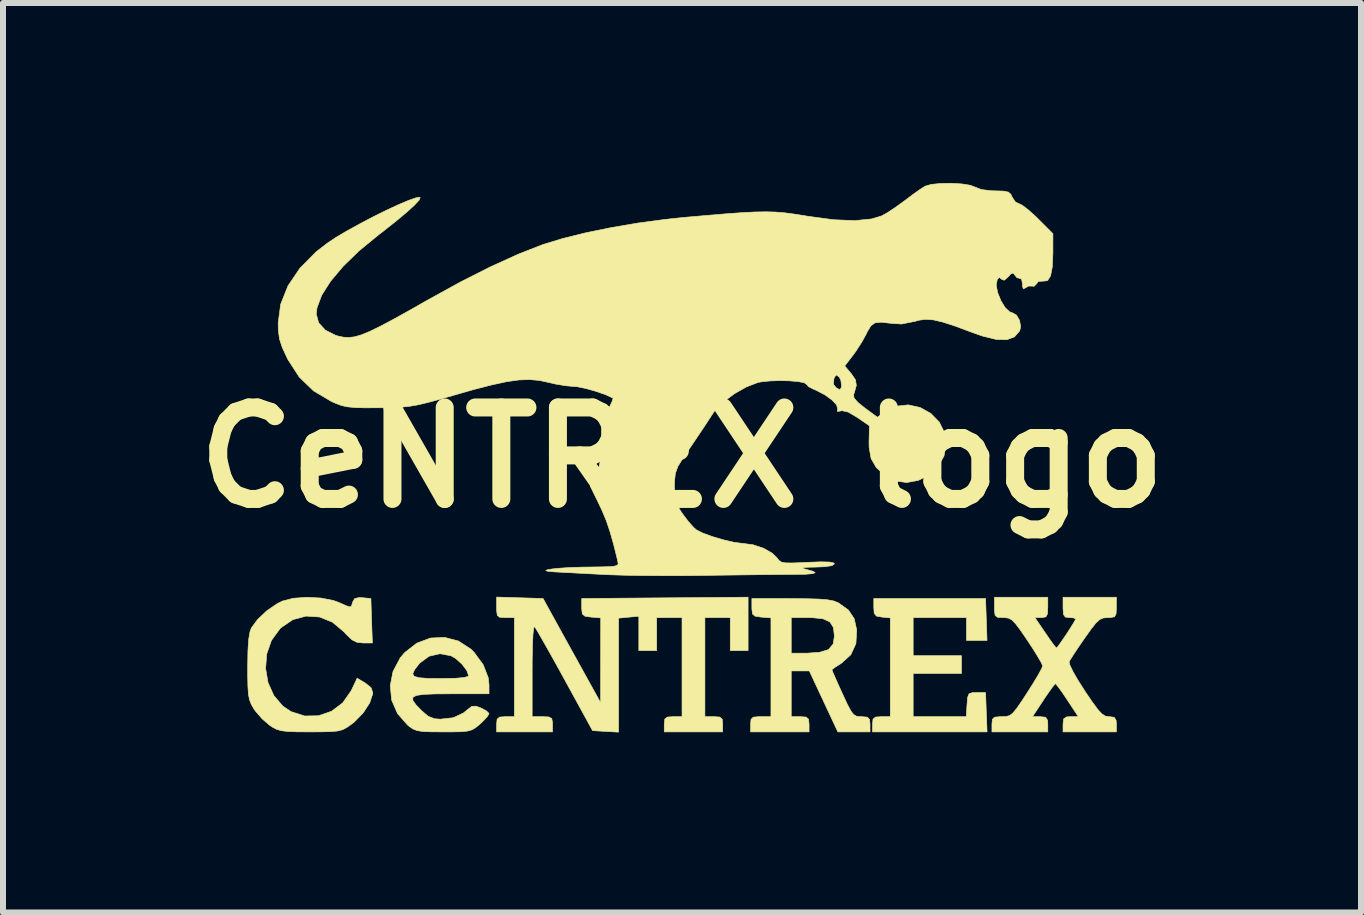
<source format=kicad_pcb>
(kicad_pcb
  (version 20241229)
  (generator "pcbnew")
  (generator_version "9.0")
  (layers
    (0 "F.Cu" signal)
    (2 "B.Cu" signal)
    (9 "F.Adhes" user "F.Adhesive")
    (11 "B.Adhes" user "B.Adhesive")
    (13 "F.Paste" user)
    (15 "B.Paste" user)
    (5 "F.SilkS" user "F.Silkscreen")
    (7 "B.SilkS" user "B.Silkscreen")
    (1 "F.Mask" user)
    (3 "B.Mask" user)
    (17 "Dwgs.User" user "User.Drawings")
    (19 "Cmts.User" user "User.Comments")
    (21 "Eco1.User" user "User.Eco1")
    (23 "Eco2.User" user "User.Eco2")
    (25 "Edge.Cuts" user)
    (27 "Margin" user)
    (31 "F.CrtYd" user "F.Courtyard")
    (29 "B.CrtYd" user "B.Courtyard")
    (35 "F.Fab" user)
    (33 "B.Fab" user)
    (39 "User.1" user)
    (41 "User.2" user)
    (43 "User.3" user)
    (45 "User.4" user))
  (footprint "CeNTREX logo"
    (layer "F.Cu")
    (at 8.317 4.576)
    (property "Reference" "CeNTREX logo" (at 0 0 0) (layer "F.SilkS") (effects (font (size 1.524 1.524) (thickness 0.3))))
    (attr through_hole)
    (fp_poly (pts (xy 5.071 2.699) (xy 5.083 3.048) (xy 4.741 3.048) (xy 4.741 2.667) (xy 3.852 2.667) (xy 3.852 3.302) (xy 4.657 3.302) (xy 4.657 3.598) (xy 3.852 3.598) (xy 3.852 4.318) (xy 4.737 4.318) (xy 4.75 4.117) (xy 4.76 3.996) (xy 4.784 3.937) (xy 4.839 3.918) (xy 4.911 3.916) (xy 5.059 3.916) (xy 5.071 4.244) (xy 5.084 4.572) (xy 3.175 4.572) (xy 3.175 4.445) (xy 3.183 4.36) (xy 3.225 4.325) (xy 3.323 4.318) (xy 3.471 4.318) (xy 3.471 2.672) (xy 3.334 2.659) (xy 3.241 2.642) (xy 3.203 2.596) (xy 3.196 2.498) (xy 3.196 2.349) (xy 5.059 2.349) (xy 5.071 2.699)) (stroke (width 0.01) (type solid)) (fill yes) (layer "F.SilkS"))
    (fp_poly (pts (xy 1.82 2.35) (xy 2.089 2.353) (xy 2.287 2.359) (xy 2.428 2.371) (xy 2.527 2.39) (xy 2.598 2.417) (xy 2.604 2.42) (xy 2.771 2.539) (xy 2.869 2.684) (xy 2.911 2.871) (xy 2.898 3.1) (xy 2.813 3.286) (xy 2.656 3.428) (xy 2.643 3.436) (xy 2.552 3.494) (xy 2.501 3.532) (xy 2.498 3.537) (xy 2.514 3.58) (xy 2.559 3.682) (xy 2.623 3.826) (xy 2.673 3.935) (xy 2.754 4.11) (xy 2.813 4.221) (xy 2.86 4.283) (xy 2.909 4.311) (xy 2.969 4.318) (xy 2.991 4.318) (xy 3.087 4.326) (xy 3.126 4.365) (xy 3.133 4.445) (xy 3.133 4.572) (xy 2.597 4.572) (xy 2.122 3.556) (xy 1.82 3.556) (xy 1.82 4.318) (xy 1.968 4.318) (xy 2.068 4.325) (xy 2.109 4.361) (xy 2.117 4.445) (xy 2.117 4.572) (xy 1.143 4.572) (xy 1.143 4.445) (xy 1.15 4.364) (xy 1.186 4.327) (xy 1.276 4.318) (xy 1.312 4.318) (xy 1.482 4.318) (xy 1.482 2.672) (xy 1.42 2.667) (xy 1.82 2.667) (xy 1.82 3.26) (xy 2.086 3.26) (xy 2.29 3.246) (xy 2.427 3.205) (xy 2.446 3.194) (xy 2.519 3.107) (xy 2.54 2.975) (xy 2.523 2.832) (xy 2.464 2.739) (xy 2.35 2.687) (xy 2.17 2.668) (xy 2.11 2.667) (xy 1.82 2.667) (xy 1.42 2.667) (xy 1.323 2.659) (xy 1.219 2.644) (xy 1.174 2.607) (xy 1.164 2.52) (xy 1.164 2.498) (xy 1.164 2.349) (xy 1.82 2.35)) (stroke (width 0.01) (type solid)) (fill yes) (layer "F.SilkS"))
    (fp_poly (pts (xy -3.728 3.057) (xy -3.521 3.191) (xy -3.466 3.245) (xy -3.313 3.454) (xy -3.23 3.669) (xy -3.217 3.787) (xy -3.217 3.937) (xy -3.852 3.937) (xy -4.12 3.939) (xy -4.311 3.947) (xy -4.431 3.965) (xy -4.487 3.997) (xy -4.486 4.048) (xy -4.435 4.12) (xy -4.343 4.216) (xy -4.231 4.312) (xy -4.124 4.353) (xy -4.029 4.36) (xy -3.812 4.336) (xy -3.642 4.256) (xy -3.574 4.2) (xy -3.504 4.147) (xy -3.435 4.143) (xy -3.352 4.173) (xy -3.261 4.221) (xy -3.218 4.265) (xy -3.217 4.269) (xy -3.247 4.319) (xy -3.321 4.398) (xy -3.367 4.441) (xy -3.436 4.498) (xy -3.498 4.536) (xy -3.573 4.558) (xy -3.68 4.569) (xy -3.84 4.572) (xy -3.978 4.572) (xy -4.183 4.571) (xy -4.323 4.565) (xy -4.417 4.55) (xy -4.485 4.523) (xy -4.547 4.48) (xy -4.575 4.457) (xy -4.742 4.266) (xy -4.839 4.043) (xy -4.863 3.803) (xy -4.824 3.602) (xy -4.488 3.602) (xy -4.465 3.646) (xy -4.38 3.67) (xy -4.226 3.681) (xy -4.022 3.683) (xy -3.785 3.679) (xy -3.631 3.666) (xy -3.561 3.645) (xy -3.556 3.637) (xy -3.588 3.547) (xy -3.669 3.441) (xy -3.773 3.348) (xy -3.851 3.303) (xy -4.036 3.269) (xy -4.217 3.311) (xy -4.369 3.423) (xy -4.379 3.434) (xy -4.456 3.533) (xy -4.488 3.602) (xy -4.824 3.602) (xy -4.816 3.564) (xy -4.697 3.339) (xy -4.622 3.25) (xy -4.42 3.093) (xy -4.193 3.008) (xy -3.957 2.997) (xy -3.728 3.057)) (stroke (width 0.01) (type solid)) (fill yes) (layer "F.SilkS"))
    (fp_poly (pts (xy -2.316 2.349) (xy -2.001 2.921) (xy -1.875 3.149) (xy -1.748 3.379) (xy -1.632 3.588) (xy -1.541 3.753) (xy -1.521 3.789) (xy -1.357 4.085) (xy -1.356 3.379) (xy -1.355 2.672) (xy -1.513 2.659) (xy -1.617 2.644) (xy -1.662 2.607) (xy -1.672 2.52) (xy -1.672 2.498) (xy -1.672 2.349) (xy -0.286 2.338) (xy 1.101 2.327) (xy 1.101 3.217) (xy 0.804 3.217) (xy 0.804 2.667) (xy 0.381 2.667) (xy 0.381 4.318) (xy 0.529 4.318) (xy 0.629 4.325) (xy 0.67 4.361) (xy 0.677 4.445) (xy 0.677 4.572) (xy -0.296 4.572) (xy -0.296 4.445) (xy -0.288 4.36) (xy -0.246 4.325) (xy -0.148 4.318) (xy 0 4.318) (xy 0 2.667) (xy -0.423 2.667) (xy -0.423 3.217) (xy -0.72 3.217) (xy -0.72 2.644) (xy -0.889 2.66) (xy -1.058 2.676) (xy -1.058 4.576) (xy -1.274 4.564) (xy -1.491 4.551) (xy -1.955 3.704) (xy -2.09 3.459) (xy -2.213 3.239) (xy -2.318 3.053) (xy -2.398 2.914) (xy -2.447 2.833) (xy -2.459 2.817) (xy -2.473 2.843) (xy -2.484 2.945) (xy -2.492 3.118) (xy -2.497 3.354) (xy -2.498 3.548) (xy -2.498 4.318) (xy -2.328 4.318) (xy -2.22 4.323) (xy -2.171 4.35) (xy -2.159 4.418) (xy -2.159 4.445) (xy -2.159 4.572) (xy -3.09 4.572) (xy -3.09 4.445) (xy -3.082 4.36) (xy -3.04 4.325) (xy -2.942 4.318) (xy -2.794 4.318) (xy -2.794 2.667) (xy -2.942 2.667) (xy -3.037 2.662) (xy -3.079 2.631) (xy -3.09 2.549) (xy -3.09 2.496) (xy -3.09 2.325) (xy -2.316 2.349)) (stroke (width 0.01) (type solid)) (fill yes) (layer "F.SilkS"))
    (fp_poly (pts (xy -6.018 2.341) (xy -5.807 2.383) (xy -5.721 2.414) (xy -5.601 2.468) (xy -5.539 2.489) (xy -5.511 2.478) (xy -5.496 2.433) (xy -5.49 2.41) (xy -5.456 2.35) (xy -5.381 2.333) (xy -5.327 2.336) (xy -5.186 2.349) (xy -5.174 2.72) (xy -5.161 3.09) (xy -5.316 3.09) (xy -5.418 3.079) (xy -5.503 3.036) (xy -5.6 2.943) (xy -5.635 2.904) (xy -5.826 2.744) (xy -6.041 2.657) (xy -6.266 2.642) (xy -6.486 2.701) (xy -6.684 2.835) (xy -6.701 2.852) (xy -6.843 3.047) (xy -6.922 3.274) (xy -6.94 3.515) (xy -6.9 3.751) (xy -6.803 3.967) (xy -6.653 4.143) (xy -6.517 4.234) (xy -6.289 4.307) (xy -6.058 4.303) (xy -5.841 4.228) (xy -5.655 4.088) (xy -5.515 3.888) (xy -5.509 3.876) (xy -5.415 3.677) (xy -5.279 3.758) (xy -5.182 3.836) (xy -5.154 3.919) (xy -5.155 3.937) (xy -5.206 4.09) (xy -5.314 4.255) (xy -5.462 4.407) (xy -5.516 4.449) (xy -5.591 4.501) (xy -5.659 4.536) (xy -5.739 4.557) (xy -5.851 4.567) (xy -6.012 4.571) (xy -6.198 4.572) (xy -6.418 4.571) (xy -6.572 4.565) (xy -6.679 4.552) (xy -6.758 4.529) (xy -6.828 4.492) (xy -6.87 4.464) (xy -6.997 4.355) (xy -7.113 4.221) (xy -7.134 4.19) (xy -7.178 4.114) (xy -7.208 4.039) (xy -7.226 3.947) (xy -7.235 3.819) (xy -7.239 3.636) (xy -7.239 3.491) (xy -7.235 3.226) (xy -7.223 3.035) (xy -7.201 2.905) (xy -7.178 2.841) (xy -7.074 2.699) (xy -6.922 2.555) (xy -6.749 2.436) (xy -6.661 2.392) (xy -6.479 2.345) (xy -6.253 2.329) (xy -6.018 2.341)) (stroke (width 0.01) (type solid)) (fill yes) (layer "F.SilkS"))
    (fp_poly (pts (xy 6.096 2.498) (xy 6.09 2.607) (xy 6.063 2.655) (xy 5.999 2.667) (xy 5.989 2.667) (xy 5.881 2.667) (xy 6.054 2.921) (xy 6.139 3.045) (xy 6.205 3.135) (xy 6.239 3.174) (xy 6.24 3.175) (xy 6.269 3.143) (xy 6.327 3.061) (xy 6.401 2.953) (xy 6.474 2.84) (xy 6.532 2.746) (xy 6.561 2.692) (xy 6.562 2.689) (xy 6.525 2.672) (xy 6.456 2.667) (xy 6.388 2.658) (xy 6.357 2.614) (xy 6.35 2.512) (xy 6.35 2.498) (xy 6.35 2.328) (xy 7.239 2.328) (xy 7.239 2.498) (xy 7.234 2.606) (xy 7.207 2.654) (xy 7.135 2.667) (xy 7.094 2.667) (xy 7.023 2.673) (xy 6.963 2.698) (xy 6.899 2.756) (xy 6.816 2.861) (xy 6.712 3.007) (xy 6.607 3.159) (xy 6.521 3.289) (xy 6.465 3.378) (xy 6.451 3.405) (xy 6.465 3.461) (xy 6.518 3.571) (xy 6.603 3.718) (xy 6.712 3.888) (xy 6.713 3.891) (xy 6.837 4.073) (xy 6.928 4.196) (xy 6.995 4.27) (xy 7.052 4.307) (xy 7.107 4.318) (xy 7.118 4.318) (xy 7.204 4.329) (xy 7.235 4.381) (xy 7.239 4.445) (xy 7.239 4.572) (xy 6.35 4.572) (xy 6.35 4.445) (xy 6.36 4.355) (xy 6.41 4.322) (xy 6.477 4.318) (xy 6.605 4.318) (xy 6.424 4.044) (xy 6.337 3.914) (xy 6.266 3.817) (xy 6.227 3.771) (xy 6.223 3.769) (xy 6.191 3.802) (xy 6.127 3.889) (xy 6.042 4.013) (xy 6.022 4.044) (xy 5.841 4.318) (xy 5.969 4.318) (xy 6.059 4.328) (xy 6.092 4.378) (xy 6.096 4.445) (xy 6.096 4.572) (xy 5.165 4.572) (xy 5.165 4.445) (xy 5.172 4.363) (xy 5.209 4.327) (xy 5.301 4.318) (xy 5.33 4.318) (xy 5.403 4.315) (xy 5.461 4.299) (xy 5.516 4.256) (xy 5.582 4.175) (xy 5.672 4.044) (xy 5.753 3.919) (xy 5.857 3.755) (xy 5.941 3.615) (xy 5.995 3.515) (xy 6.011 3.473) (xy 5.989 3.42) (xy 5.928 3.315) (xy 5.839 3.172) (xy 5.756 3.046) (xy 5.641 2.878) (xy 5.559 2.769) (xy 5.496 2.705) (xy 5.44 2.676) (xy 5.376 2.667) (xy 5.354 2.667) (xy 5.26 2.662) (xy 5.218 2.63) (xy 5.207 2.547) (xy 5.207 2.498) (xy 5.207 2.328) (xy 6.096 2.328) (xy 6.096 2.498)) (stroke (width 0.01) (type solid)) (fill yes) (layer "F.SilkS"))
    (fp_poly (pts (xy 4.659 -4.561) (xy 4.803 -4.539) (xy 4.887 -4.507) (xy 4.989 -4.467) (xy 5.15 -4.447) (xy 5.216 -4.445) (xy 5.357 -4.441) (xy 5.438 -4.425) (xy 5.481 -4.387) (xy 5.503 -4.339) (xy 5.556 -4.26) (xy 5.612 -4.233) (xy 5.671 -4.205) (xy 5.771 -4.129) (xy 5.891 -4.021) (xy 5.93 -3.983) (xy 6.181 -3.732) (xy 6.181 -3.408) (xy 6.171 -3.179) (xy 6.142 -3.027) (xy 6.092 -2.949) (xy 6.018 -2.94) (xy 6.014 -2.941) (xy 5.936 -2.934) (xy 5.911 -2.898) (xy 5.868 -2.854) (xy 5.84 -2.858) (xy 5.775 -2.858) (xy 5.734 -2.835) (xy 5.69 -2.811) (xy 5.674 -2.853) (xy 5.673 -2.897) (xy 5.66 -2.971) (xy 5.633 -2.986) (xy 5.583 -2.997) (xy 5.553 -3.033) (xy 5.519 -3.076) (xy 5.479 -3.06) (xy 5.436 -3.013) (xy 5.372 -2.956) (xy 5.329 -2.969) (xy 5.325 -2.975) (xy 5.287 -3.003) (xy 5.254 -2.969) (xy 5.236 -2.876) (xy 5.26 -2.75) (xy 5.314 -2.615) (xy 5.386 -2.498) (xy 5.464 -2.426) (xy 5.503 -2.414) (xy 5.573 -2.375) (xy 5.625 -2.287) (xy 5.644 -2.182) (xy 5.628 -2.112) (xy 5.541 -2.012) (xy 5.413 -1.964) (xy 5.236 -1.969) (xy 5.004 -2.026) (xy 4.815 -2.093) (xy 4.55 -2.192) (xy 4.346 -2.258) (xy 4.188 -2.295) (xy 4.06 -2.304) (xy 3.948 -2.289) (xy 3.881 -2.27) (xy 3.657 -2.226) (xy 3.486 -2.237) (xy 3.322 -2.256) (xy 3.217 -2.246) (xy 3.147 -2.196) (xy 3.088 -2.098) (xy 3.075 -2.069) (xy 3 -1.931) (xy 2.901 -1.777) (xy 2.854 -1.712) (xy 2.712 -1.527) (xy 2.821 -1.397) (xy 2.891 -1.296) (xy 2.905 -1.202) (xy 2.87 -1.077) (xy 2.86 -1.053) (xy 2.865 -0.995) (xy 2.931 -0.919) (xy 3.044 -0.828) (xy 3.256 -0.672) (xy 3.379 -0.763) (xy 3.568 -0.856) (xy 3.77 -0.878) (xy 3.967 -0.835) (xy 4.145 -0.737) (xy 4.287 -0.592) (xy 4.378 -0.407) (xy 4.403 -0.233) (xy 4.366 -0.026) (xy 4.266 0.15) (xy 4.118 0.289) (xy 3.939 0.38) (xy 3.744 0.416) (xy 3.548 0.388) (xy 3.393 0.307) (xy 3.239 0.168) (xy 3.151 0.017) (xy 3.118 -0.172) (xy 3.117 -0.268) (xy 3.123 -0.53) (xy 2.922 -0.668) (xy 2.77 -0.758) (xy 2.666 -0.782) (xy 2.645 -0.777) (xy 2.59 -0.768) (xy 2.593 -0.814) (xy 2.576 -0.878) (xy 2.499 -0.96) (xy 2.38 -1.046) (xy 2.236 -1.121) (xy 2.191 -1.14) (xy 2.108 -1.182) (xy 2.076 -1.219) (xy 2.523 -1.219) (xy 2.571 -1.162) (xy 2.63 -1.13) (xy 2.655 -1.167) (xy 2.66 -1.191) (xy 2.646 -1.293) (xy 2.62 -1.34) (xy 2.575 -1.378) (xy 2.545 -1.346) (xy 2.531 -1.311) (xy 2.523 -1.219) (xy 2.076 -1.219) (xy 2.074 -1.221) (xy 2.036 -1.247) (xy 1.934 -1.267) (xy 1.79 -1.279) (xy 1.626 -1.283) (xy 1.462 -1.277) (xy 1.32 -1.262) (xy 1.263 -1.251) (xy 1.076 -1.179) (xy 0.876 -1.066) (xy 0.693 -0.93) (xy 0.554 -0.792) (xy 0.525 -0.751) (xy 0.38 -0.53) (xy 0.212 -0.279) (xy 0.048 -0.037) (xy 0.013 0.015) (xy -0.069 0.147) (xy -0.111 0.263) (xy -0.126 0.402) (xy -0.127 0.484) (xy -0.121 0.645) (xy -0.094 0.762) (xy -0.033 0.876) (xy 0.016 0.948) (xy 0.108 1.069) (xy 0.195 1.166) (xy 0.238 1.204) (xy 0.344 1.258) (xy 0.503 1.316) (xy 0.685 1.37) (xy 0.86 1.411) (xy 0.999 1.43) (xy 1.017 1.431) (xy 1.186 1.454) (xy 1.359 1.512) (xy 1.504 1.594) (xy 1.583 1.671) (xy 1.616 1.715) (xy 1.656 1.742) (xy 1.722 1.755) (xy 1.831 1.757) (xy 1.999 1.751) (xy 2.094 1.746) (xy 2.311 1.738) (xy 2.452 1.741) (xy 2.525 1.755) (xy 2.54 1.772) (xy 2.499 1.801) (xy 2.378 1.819) (xy 2.233 1.825) (xy 2.084 1.828) (xy 2.014 1.835) (xy 2.014 1.847) (xy 2.066 1.862) (xy 2.182 1.895) (xy 2.219 1.919) (xy 2.176 1.935) (xy 2.052 1.945) (xy 1.855 1.947) (xy 1.698 1.948) (xy 1.473 1.95) (xy 1.199 1.953) (xy 0.892 1.957) (xy 0.572 1.961) (xy 0.377 1.964) (xy 0.04 1.968) (xy -0.31 1.968) (xy -0.65 1.966) (xy -0.959 1.961) (xy -1.215 1.953) (xy -1.312 1.948) (xy -1.55 1.936) (xy -1.774 1.924) (xy -1.962 1.914) (xy -2.094 1.907) (xy -2.117 1.906) (xy -2.231 1.896) (xy -2.271 1.884) (xy -2.244 1.87) (xy -2.16 1.856) (xy -2.028 1.843) (xy -1.857 1.832) (xy -1.657 1.826) (xy -1.572 1.825) (xy -1.354 1.822) (xy -1.208 1.818) (xy -1.12 1.809) (xy -1.076 1.793) (xy -1.064 1.767) (xy -1.071 1.728) (xy -1.071 1.725) (xy -1.14 1.447) (xy -1.202 1.23) (xy -1.263 1.05) (xy -1.332 0.885) (xy -1.379 0.785) (xy -1.53 0.475) (xy -1.439 0.296) (xy -1.38 0.137) (xy -1.338 -0.08) (xy -1.316 -0.29) (xy -1.29 -0.523) (xy -1.254 -0.713) (xy -1.211 -0.839) (xy -1.211 -0.84) (xy -1.166 -0.933) (xy -1.149 -0.986) (xy -1.15 -0.99) (xy -1.269 -1.046) (xy -1.431 -1.103) (xy -1.602 -1.151) (xy -1.748 -1.181) (xy -1.802 -1.185) (xy -1.939 -1.197) (xy -2.111 -1.226) (xy -2.224 -1.252) (xy -2.381 -1.286) (xy -2.541 -1.3) (xy -2.717 -1.294) (xy -2.923 -1.265) (xy -3.172 -1.211) (xy -3.478 -1.132) (xy -3.747 -1.055) (xy -4.018 -0.977) (xy -4.227 -0.92) (xy -4.394 -0.88) (xy -4.538 -0.855) (xy -4.678 -0.84) (xy -4.834 -0.833) (xy -5.024 -0.83) (xy -5.059 -0.83) (xy -5.29 -0.829) (xy -5.457 -0.834) (xy -5.579 -0.846) (xy -5.678 -0.868) (xy -5.774 -0.904) (xy -5.847 -0.937) (xy -6.143 -1.113) (xy -6.379 -1.341) (xy -6.568 -1.633) (xy -6.582 -1.661) (xy -6.663 -1.836) (xy -6.709 -1.977) (xy -6.728 -2.122) (xy -6.731 -2.243) (xy -6.689 -2.556) (xy -6.567 -2.862) (xy -6.369 -3.155) (xy -6.098 -3.429) (xy -5.912 -3.573) (xy -5.765 -3.671) (xy -5.58 -3.78) (xy -5.371 -3.895) (xy -5.153 -4.01) (xy -4.937 -4.117) (xy -4.737 -4.21) (xy -4.568 -4.282) (xy -4.442 -4.327) (xy -4.372 -4.339) (xy -4.364 -4.336) (xy -4.38 -4.293) (xy -4.457 -4.209) (xy -4.59 -4.088) (xy -4.772 -3.936) (xy -4.995 -3.76) (xy -5.059 -3.711) (xy -5.38 -3.448) (xy -5.648 -3.188) (xy -5.858 -2.938) (xy -6.006 -2.705) (xy -6.084 -2.495) (xy -6.096 -2.391) (xy -6.056 -2.245) (xy -5.944 -2.123) (xy -5.77 -2.036) (xy -5.739 -2.027) (xy -5.648 -2.007) (xy -5.558 -2.001) (xy -5.46 -2.012) (xy -5.344 -2.045) (xy -5.201 -2.104) (xy -5.021 -2.192) (xy -4.794 -2.313) (xy -4.512 -2.47) (xy -4.256 -2.616) (xy -3.708 -2.918) (xy -3.197 -3.177) (xy -2.731 -3.389) (xy -2.32 -3.55) (xy -1.999 -3.648) (xy -1.614 -3.744) (xy -1.185 -3.832) (xy -0.732 -3.909) (xy -0.276 -3.97) (xy 0.025 -4.002) (xy 0.418 -4.036) (xy 0.739 -4.063) (xy 1.001 -4.082) (xy 1.216 -4.093) (xy 1.396 -4.096) (xy 1.555 -4.092) (xy 1.705 -4.08) (xy 1.857 -4.06) (xy 2.025 -4.034) (xy 2.095 -4.022) (xy 2.522 -3.964) (xy 2.877 -3.949) (xy 3.159 -3.977) (xy 3.325 -4.027) (xy 3.421 -4.08) (xy 3.554 -4.168) (xy 3.698 -4.272) (xy 3.706 -4.278) (xy 3.843 -4.381) (xy 3.965 -4.468) (xy 4.048 -4.521) (xy 4.052 -4.523) (xy 4.154 -4.553) (xy 4.308 -4.568) (xy 4.485 -4.571) (xy 4.659 -4.561)) (stroke (width 0.01) (type solid)) (fill yes) (layer "F.SilkS")))
  (gr_rect
    (start -3 -3)
    (end 19.633 12.157)
    (stroke (width 0.1) (type default))
    (fill no)
    (layer "Edge.Cuts")))
</source>
